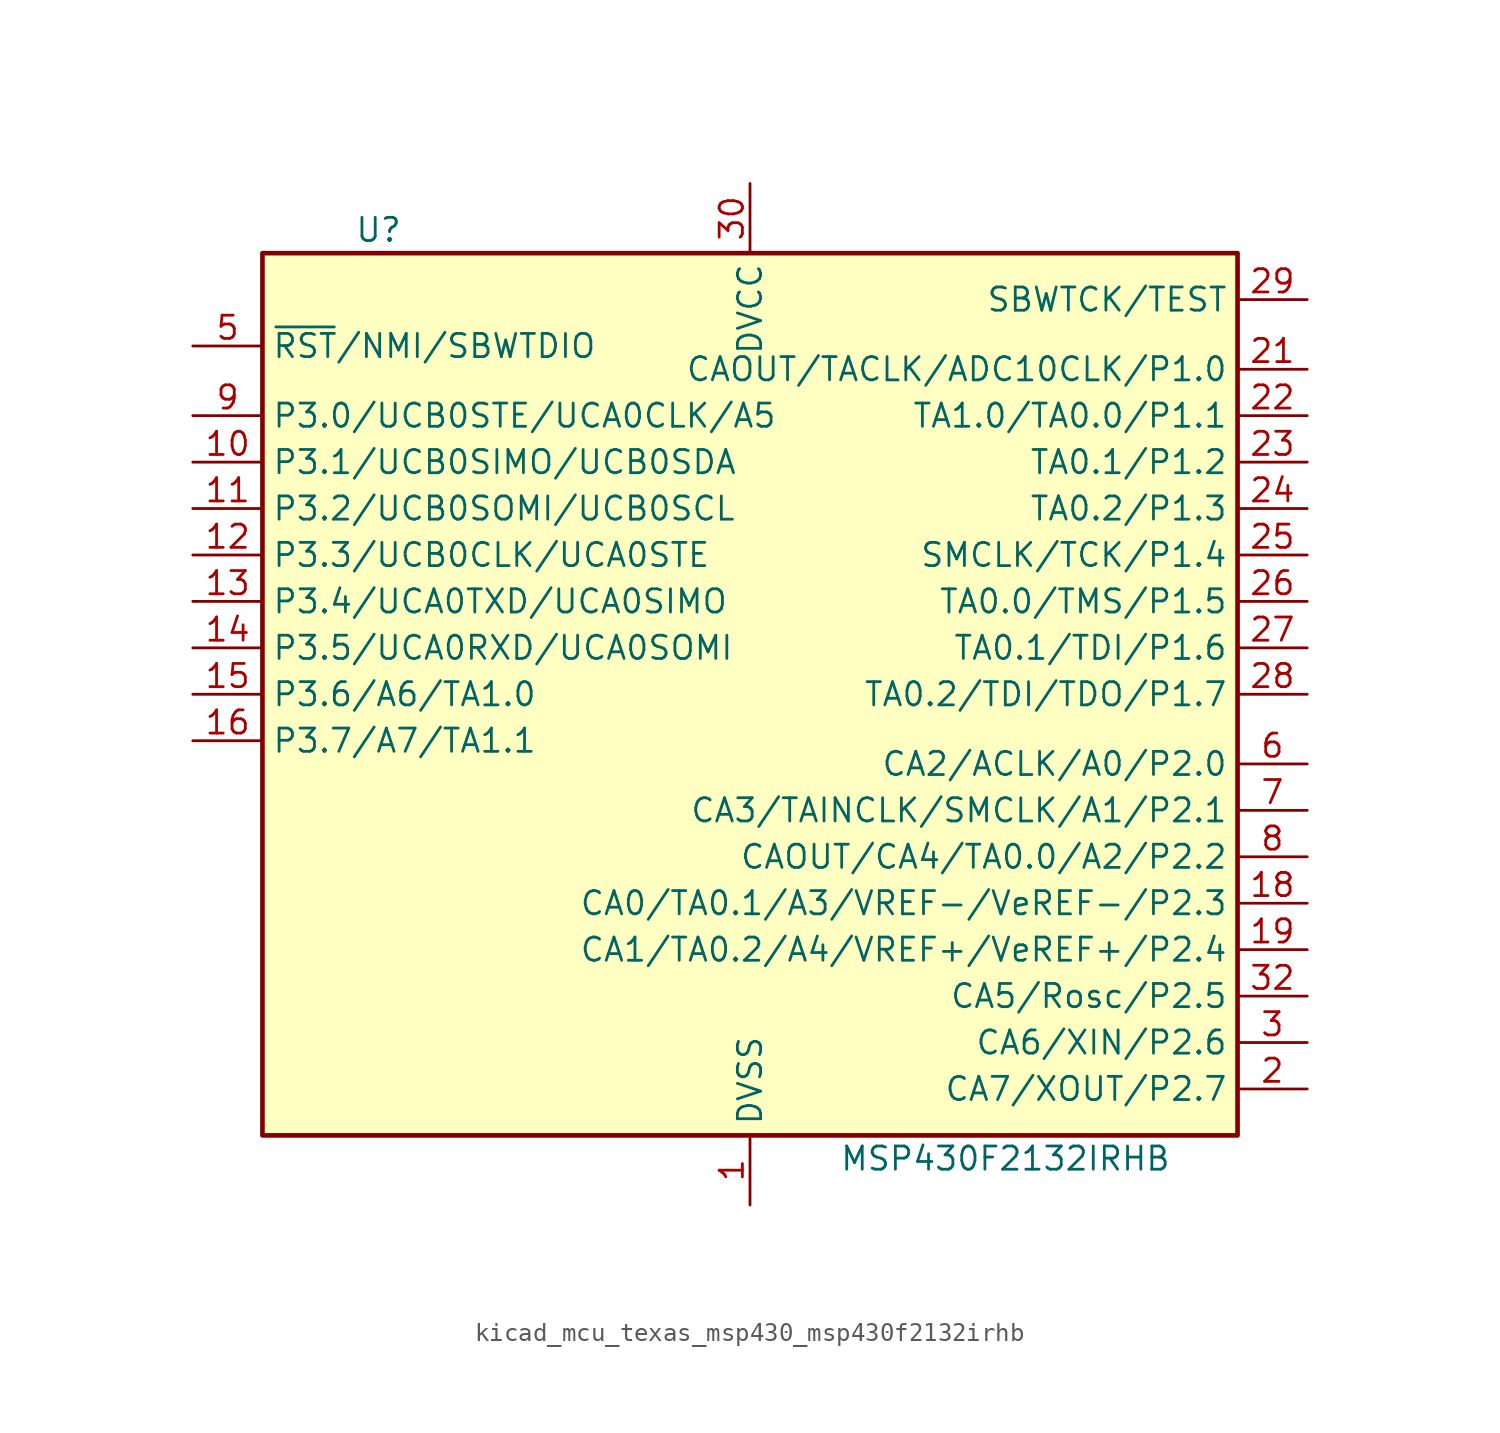
<source format=kicad_sym>
(kicad_symbol_lib
  (version 20220914)
  (generator kicad_symbol_editor)
  (symbol "kicad_mcu_texas_msp430_msp430f2132irhb"
    (property "Reference" "U"
      (at -20.32 25.4 0)
      (effects (font (size 1.27 1.27))))
    (property "Value" "MSP430F2132IRHB"
      (at 13.97 -25.4 0)
      (effects (font (size 1.27 1.27))))
    (symbol "kicad_mcu_texas_msp430_msp430f2132irhb_0_1"
      (rectangle (start -26.67 24.13) (end 26.67 -24.13) (stroke (width 0.254) (type default)) (fill (type background))))
    (symbol "kicad_mcu_texas_msp430_msp430f2132irhb_1_1"
      (pin power_in line (at 0 -27.94 90) (length 3.81) (name "DVSS" (effects (font (size 1.27 1.27)))) (number "1" (effects (font (size 1.27 1.27)))))
      (pin bidirectional line (at -30.48 12.7 0) (length 3.81) (name "P3.1/UCB0SIMO/UCB0SDA" (effects (font (size 1.27 1.27)))) (number "10" (effects (font (size 1.27 1.27)))))
      (pin bidirectional line (at -30.48 10.16 0) (length 3.81) (name "P3.2/UCB0SOMI/UCB0SCL" (effects (font (size 1.27 1.27)))) (number "11" (effects (font (size 1.27 1.27)))))
      (pin bidirectional line (at -30.48 7.62 0) (length 3.81) (name "P3.3/UCB0CLK/UCA0STE" (effects (font (size 1.27 1.27)))) (number "12" (effects (font (size 1.27 1.27)))))
      (pin bidirectional line (at -30.48 5.08 0) (length 3.81) (name "P3.4/UCA0TXD/UCA0SIMO" (effects (font (size 1.27 1.27)))) (number "13" (effects (font (size 1.27 1.27)))))
      (pin bidirectional line (at -30.48 2.54 0) (length 3.81) (name "P3.5/UCA0RXD/UCA0SOMI" (effects (font (size 1.27 1.27)))) (number "14" (effects (font (size 1.27 1.27)))))
      (pin bidirectional line (at -30.48 0 0) (length 3.81) (name "P3.6/A6/TA1.0" (effects (font (size 1.27 1.27)))) (number "15" (effects (font (size 1.27 1.27)))))
      (pin bidirectional line (at -30.48 -2.54 0) (length 3.81) (name "P3.7/A7/TA1.1" (effects (font (size 1.27 1.27)))) (number "16" (effects (font (size 1.27 1.27)))))
      (pin bidirectional line (at 30.48 -11.43 180) (length 3.81) (name "CA0/TA0.1/A3/VREF-/VeREF-/P2.3" (effects (font (size 1.27 1.27)))) (number "18" (effects (font (size 1.27 1.27)))))
      (pin bidirectional line (at 30.48 -13.97 180) (length 3.81) (name "CA1/TA0.2/A4/VREF+/VeREF+/P2.4" (effects (font (size 1.27 1.27)))) (number "19" (effects (font (size 1.27 1.27)))))
      (pin bidirectional line (at 30.48 -21.59 180) (length 3.81) (name "CA7/XOUT/P2.7" (effects (font (size 1.27 1.27)))) (number "2" (effects (font (size 1.27 1.27)))))
      (pin bidirectional line (at 30.48 17.78 180) (length 3.81) (name "CAOUT/TACLK/ADC10CLK/P1.0" (effects (font (size 1.27 1.27)))) (number "21" (effects (font (size 1.27 1.27)))))
      (pin bidirectional line (at 30.48 15.24 180) (length 3.81) (name "TA1.0/TA0.0/P1.1" (effects (font (size 1.27 1.27)))) (number "22" (effects (font (size 1.27 1.27)))))
      (pin bidirectional line (at 30.48 12.7 180) (length 3.81) (name "TA0.1/P1.2" (effects (font (size 1.27 1.27)))) (number "23" (effects (font (size 1.27 1.27)))))
      (pin bidirectional line (at 30.48 10.16 180) (length 3.81) (name "TA0.2/P1.3" (effects (font (size 1.27 1.27)))) (number "24" (effects (font (size 1.27 1.27)))))
      (pin bidirectional line (at 30.48 7.62 180) (length 3.81) (name "SMCLK/TCK/P1.4" (effects (font (size 1.27 1.27)))) (number "25" (effects (font (size 1.27 1.27)))))
      (pin bidirectional line (at 30.48 5.08 180) (length 3.81) (name "TA0.0/TMS/P1.5" (effects (font (size 1.27 1.27)))) (number "26" (effects (font (size 1.27 1.27)))))
      (pin bidirectional line (at 30.48 2.54 180) (length 3.81) (name "TA0.1/TDI/P1.6" (effects (font (size 1.27 1.27)))) (number "27" (effects (font (size 1.27 1.27)))))
      (pin bidirectional line (at 30.48 0 180) (length 3.81) (name "TA0.2/TDI/TDO/P1.7" (effects (font (size 1.27 1.27)))) (number "28" (effects (font (size 1.27 1.27)))))
      (pin input line (at 30.48 21.59 180) (length 3.81) (name "SBWTCK/TEST" (effects (font (size 1.27 1.27)))) (number "29" (effects (font (size 1.27 1.27)))))
      (pin bidirectional line (at 30.48 -19.05 180) (length 3.81) (name "CA6/XIN/P2.6" (effects (font (size 1.27 1.27)))) (number "3" (effects (font (size 1.27 1.27)))))
      (pin power_in line (at 0 27.94 270) (length 3.81) (name "DVCC" (effects (font (size 1.27 1.27)))) (number "30" (effects (font (size 1.27 1.27)))))
      (pin bidirectional line (at 30.48 -16.51 180) (length 3.81) (name "CA5/Rosc/P2.5" (effects (font (size 1.27 1.27)))) (number "32" (effects (font (size 1.27 1.27)))))
      (pin bidirectional line (at -30.48 19.05 0) (length 3.81) (name "~{RST}/NMI/SBWTDIO" (effects (font (size 1.27 1.27)))) (number "5" (effects (font (size 1.27 1.27)))))
      (pin bidirectional line (at 30.48 -3.81 180) (length 3.81) (name "CA2/ACLK/A0/P2.0" (effects (font (size 1.27 1.27)))) (number "6" (effects (font (size 1.27 1.27)))))
      (pin bidirectional line (at 30.48 -6.35 180) (length 3.81) (name "CA3/TAINCLK/SMCLK/A1/P2.1" (effects (font (size 1.27 1.27)))) (number "7" (effects (font (size 1.27 1.27)))))
      (pin bidirectional line (at 30.48 -8.89 180) (length 3.81) (name "CAOUT/CA4/TA0.0/A2/P2.2" (effects (font (size 1.27 1.27)))) (number "8" (effects (font (size 1.27 1.27)))))
      (pin bidirectional line (at -30.48 15.24 0) (length 3.81) (name "P3.0/UCB0STE/UCA0CLK/A5" (effects (font (size 1.27 1.27)))) (number "9" (effects (font (size 1.27 1.27))))))))
</source>
